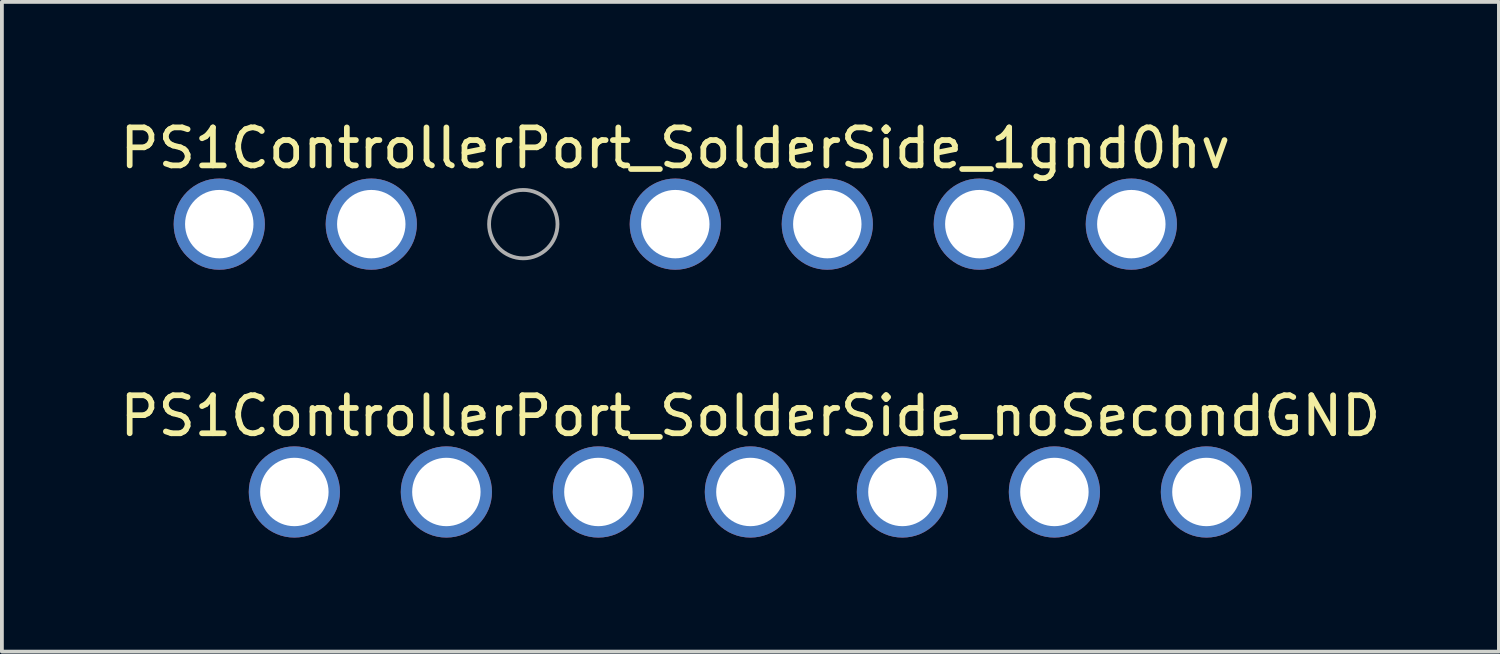
<source format=kicad_pcb>
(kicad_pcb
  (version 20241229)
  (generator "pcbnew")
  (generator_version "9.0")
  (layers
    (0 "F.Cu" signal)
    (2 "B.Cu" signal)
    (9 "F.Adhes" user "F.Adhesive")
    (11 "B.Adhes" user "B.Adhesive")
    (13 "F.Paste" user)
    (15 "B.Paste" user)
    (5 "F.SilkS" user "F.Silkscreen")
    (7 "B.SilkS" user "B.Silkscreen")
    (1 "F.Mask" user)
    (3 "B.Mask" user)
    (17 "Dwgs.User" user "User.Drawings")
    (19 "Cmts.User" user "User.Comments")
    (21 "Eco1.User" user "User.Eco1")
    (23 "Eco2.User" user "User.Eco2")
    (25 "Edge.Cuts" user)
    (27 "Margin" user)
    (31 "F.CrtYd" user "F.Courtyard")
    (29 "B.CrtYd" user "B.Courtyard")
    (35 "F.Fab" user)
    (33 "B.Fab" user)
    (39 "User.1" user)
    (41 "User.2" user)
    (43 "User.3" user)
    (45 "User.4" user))
  (footprint "PS1ControllerPort_SolderSide_noSecondGND"
    (layer "F.Cu")
    (at 4.696 9.896)
    (property "Reference" "PS1ControllerPort_SolderSide_noSecondGND" (at 12 -2 0) (layer "F.SilkS") (effects (font (size 1 1) (thickness 0.15))))
    (attr through_hole)
    (pad "1" thru_hole circle (at 0 0) (size 2.4 2.4) (drill 1.8) (layers "*.Cu" "*.Mask"))
    (pad "2" thru_hole circle (at 4 0) (size 2.4 2.4) (drill 1.8) (layers "*.Cu" "*.Mask"))
    (pad "3" thru_hole circle (at 8 0) (size 2.4 2.4) (drill 1.8) (layers "*.Cu" "*.Mask"))
    (pad "4" thru_hole circle (at 12 0) (size 2.4 2.4) (drill 1.8) (layers "*.Cu" "*.Mask"))
    (pad "5" thru_hole circle (at 16 0) (size 2.4 2.4) (drill 1.8) (layers "*.Cu" "*.Mask"))
    (pad "6" thru_hole circle (at 20 0) (size 2.4 2.4) (drill 1.8) (layers "*.Cu" "*.Mask"))
    (pad "7" thru_hole circle (at 24 0) (size 2.4 2.4) (drill 1.8) (layers "*.Cu" "*.Mask")))
  (footprint "PS1ControllerPort_SolderSide_1gnd0hv"
    (layer "F.Cu")
    (at 2.72 2.848)
    (property "Reference" "PS1ControllerPort_SolderSide_1gnd0hv" (at 12 -2 0) (layer "F.SilkS") (effects (font (size 1 1) (thickness 0.15))))
    (attr through_hole)
    (fp_circle (center 8 0) (end 8.9 0) (stroke (width 0.1) (type default)) (fill no) (layer "F.Fab"))
    (pad "1" thru_hole circle (at 0 0) (size 2.4 2.4) (drill 1.8) (layers "*.Cu" "*.Mask"))
    (pad "2" thru_hole circle (at 4 0) (size 2.4 2.4) (drill 1.8) (layers "*.Cu" "*.Mask"))
    (pad "4" thru_hole circle (at 12 0) (size 2.4 2.4) (drill 1.8) (layers "*.Cu" "*.Mask"))
    (pad "5" thru_hole circle (at 16 0) (size 2.4 2.4) (drill 1.8) (layers "*.Cu" "*.Mask"))
    (pad "6" thru_hole circle (at 20 0) (size 2.4 2.4) (drill 1.8) (layers "*.Cu" "*.Mask"))
    (pad "7" thru_hole circle (at 24 0) (size 2.4 2.4) (drill 1.8) (layers "*.Cu" "*.Mask")))
  (gr_rect
    (start -3 -3)
    (end 36.393 14.097)
    (stroke (width 0.1) (type default))
    (fill no)
    (layer "Edge.Cuts")))
</source>
